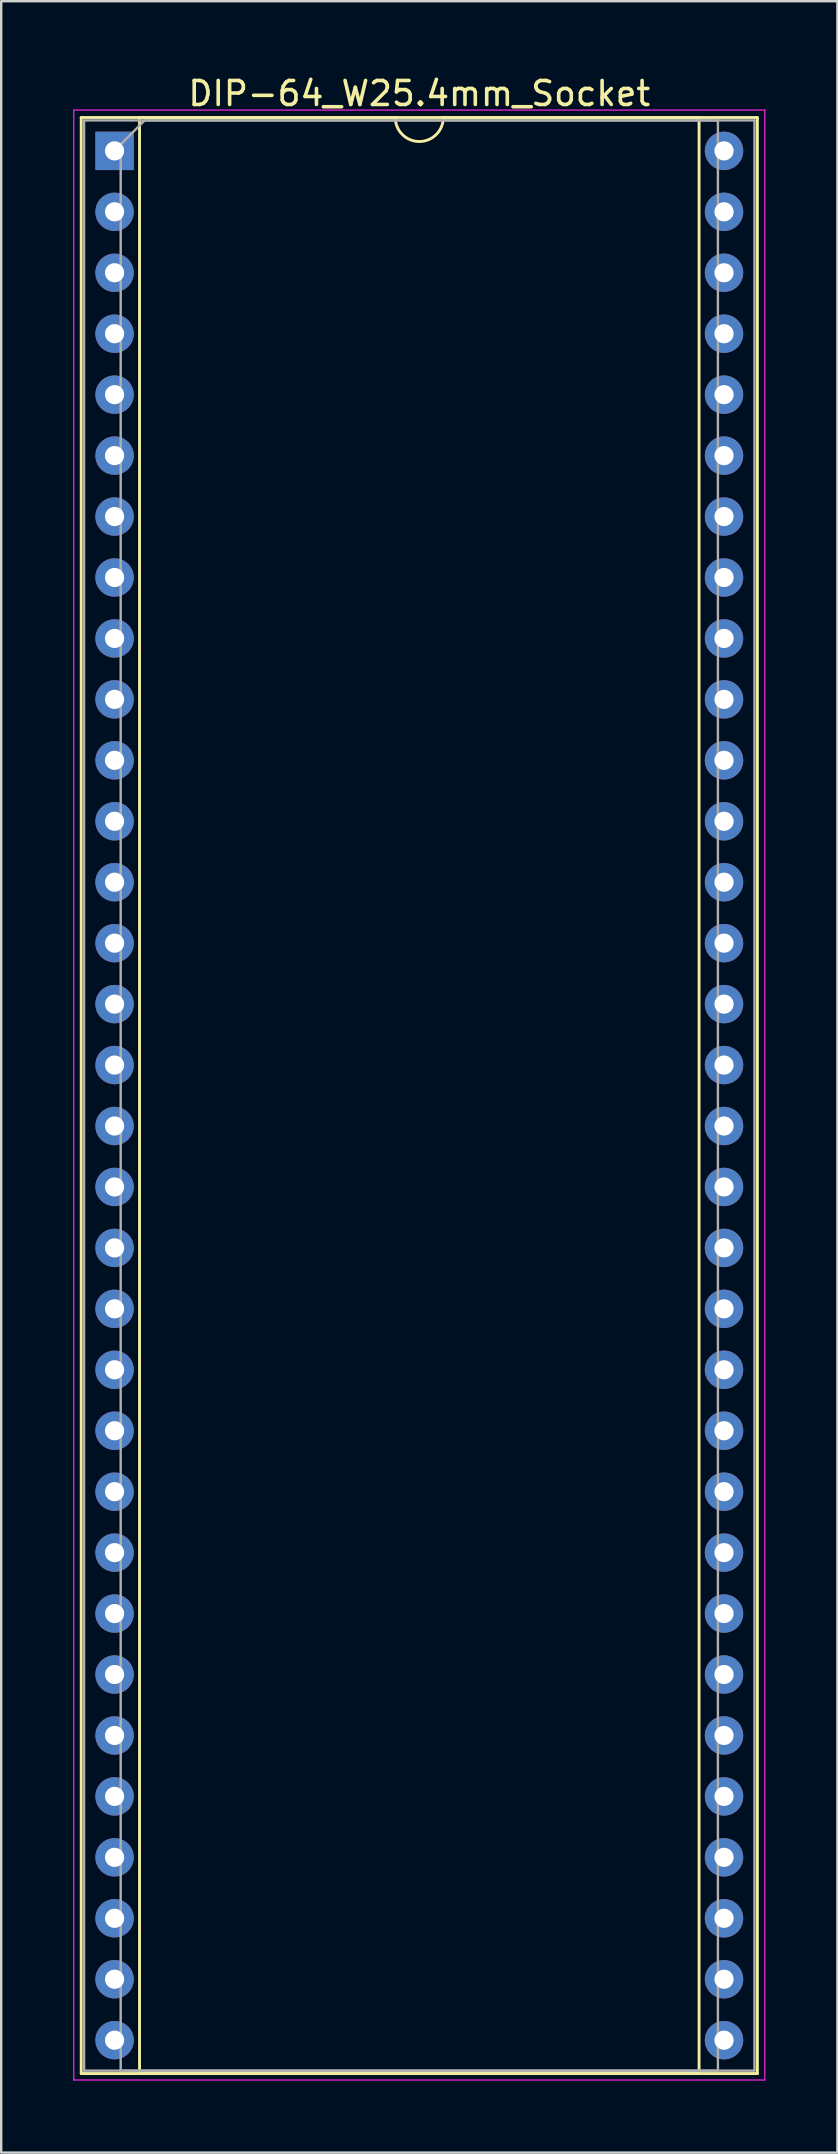
<source format=kicad_pcb>
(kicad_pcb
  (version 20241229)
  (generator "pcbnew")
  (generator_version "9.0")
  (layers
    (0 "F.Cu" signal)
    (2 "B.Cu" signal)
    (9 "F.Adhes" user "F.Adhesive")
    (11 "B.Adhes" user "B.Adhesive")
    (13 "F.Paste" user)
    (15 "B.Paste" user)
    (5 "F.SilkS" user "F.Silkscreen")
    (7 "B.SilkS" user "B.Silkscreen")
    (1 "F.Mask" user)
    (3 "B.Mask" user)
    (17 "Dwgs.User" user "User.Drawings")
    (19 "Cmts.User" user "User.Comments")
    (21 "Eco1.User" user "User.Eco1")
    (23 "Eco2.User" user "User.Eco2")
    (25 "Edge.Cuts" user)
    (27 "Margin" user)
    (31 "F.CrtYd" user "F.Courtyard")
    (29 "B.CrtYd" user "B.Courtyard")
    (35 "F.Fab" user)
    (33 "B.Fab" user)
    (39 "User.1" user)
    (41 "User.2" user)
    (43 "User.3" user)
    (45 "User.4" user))
  (footprint "DIP-64_W25.4mm_Socket"
    (layer "F.Cu")
    (at 1.725 3.238)
    (property "Reference" "DIP-64_W25.4mm_Socket" (at 12.7 -2.39 0) (layer "F.SilkS") (effects (font (size 1 1) (thickness 0.15))))
    (attr through_hole)
    (fp_line (start -1.39 -1.39) (end -1.39 80.13) (stroke (width 0.12) (type solid)) (layer "F.SilkS"))
    (fp_line (start -1.39 80.13) (end 26.79 80.13) (stroke (width 0.12) (type solid)) (layer "F.SilkS"))
    (fp_line (start 1.04 -1.39) (end 1.04 80.13) (stroke (width 0.12) (type solid)) (layer "F.SilkS"))
    (fp_line (start 1.04 80.13) (end 24.36 80.13) (stroke (width 0.12) (type solid)) (layer "F.SilkS"))
    (fp_line (start 11.7 -1.39) (end 1.04 -1.39) (stroke (width 0.12) (type solid)) (layer "F.SilkS"))
    (fp_line (start 24.36 -1.39) (end 13.7 -1.39) (stroke (width 0.12) (type solid)) (layer "F.SilkS"))
    (fp_line (start 24.36 80.13) (end 24.36 -1.39) (stroke (width 0.12) (type solid)) (layer "F.SilkS"))
    (fp_line (start 26.79 -1.39) (end -1.39 -1.39) (stroke (width 0.12) (type solid)) (layer "F.SilkS"))
    (fp_line (start 26.79 80.13) (end 26.79 -1.39) (stroke (width 0.12) (type solid)) (layer "F.SilkS"))
    (fp_arc (start 13.7 -1.39) (mid 12.7 -0.39) (end 11.7 -1.39) (stroke (width 0.12) (type solid)) (layer "F.SilkS"))
    (fp_line (start -1.7 -1.7) (end -1.7 80.4) (stroke (width 0.05) (type solid)) (layer "F.CrtYd"))
    (fp_line (start -1.7 80.4) (end 27.1 80.4) (stroke (width 0.05) (type solid)) (layer "F.CrtYd"))
    (fp_line (start 27.1 -1.7) (end -1.7 -1.7) (stroke (width 0.05) (type solid)) (layer "F.CrtYd"))
    (fp_line (start 27.1 80.4) (end 27.1 -1.7) (stroke (width 0.05) (type solid)) (layer "F.CrtYd"))
    (fp_line (start -1.27 -1.27) (end -1.27 80.01) (stroke (width 0.1) (type solid)) (layer "F.Fab"))
    (fp_line (start -1.27 80.01) (end 26.67 80.01) (stroke (width 0.1) (type solid)) (layer "F.Fab"))
    (fp_line (start 0.255 -0.27) (end 1.255 -1.27) (stroke (width 0.1) (type solid)) (layer "F.Fab"))
    (fp_line (start 0.255 80.01) (end 0.255 -0.27) (stroke (width 0.1) (type solid)) (layer "F.Fab"))
    (fp_line (start 1.255 -1.27) (end 25.145 -1.27) (stroke (width 0.1) (type solid)) (layer "F.Fab"))
    (fp_line (start 25.145 -1.27) (end 25.145 80.01) (stroke (width 0.1) (type solid)) (layer "F.Fab"))
    (fp_line (start 25.145 80.01) (end 0.255 80.01) (stroke (width 0.1) (type solid)) (layer "F.Fab"))
    (fp_line (start 26.67 -1.27) (end -1.27 -1.27) (stroke (width 0.1) (type solid)) (layer "F.Fab"))
    (fp_line (start 26.67 80.01) (end 26.67 -1.27) (stroke (width 0.1) (type solid)) (layer "F.Fab"))
    (pad "1" thru_hole rect (at 0 0) (size 1.6 1.6) (drill 0.8) (layers "*.Cu" "*.Mask"))
    (pad "2" thru_hole oval (at 0 2.54) (size 1.6 1.6) (drill 0.8) (layers "*.Cu" "*.Mask"))
    (pad "3" thru_hole oval (at 0 5.08) (size 1.6 1.6) (drill 0.8) (layers "*.Cu" "*.Mask"))
    (pad "4" thru_hole oval (at 0 7.62) (size 1.6 1.6) (drill 0.8) (layers "*.Cu" "*.Mask"))
    (pad "5" thru_hole oval (at 0 10.16) (size 1.6 1.6) (drill 0.8) (layers "*.Cu" "*.Mask"))
    (pad "6" thru_hole oval (at 0 12.7) (size 1.6 1.6) (drill 0.8) (layers "*.Cu" "*.Mask"))
    (pad "7" thru_hole oval (at 0 15.24) (size 1.6 1.6) (drill 0.8) (layers "*.Cu" "*.Mask"))
    (pad "8" thru_hole oval (at 0 17.78) (size 1.6 1.6) (drill 0.8) (layers "*.Cu" "*.Mask"))
    (pad "9" thru_hole oval (at 0 20.32) (size 1.6 1.6) (drill 0.8) (layers "*.Cu" "*.Mask"))
    (pad "10" thru_hole oval (at 0 22.86) (size 1.6 1.6) (drill 0.8) (layers "*.Cu" "*.Mask"))
    (pad "11" thru_hole oval (at 0 25.4) (size 1.6 1.6) (drill 0.8) (layers "*.Cu" "*.Mask"))
    (pad "12" thru_hole oval (at 0 27.94) (size 1.6 1.6) (drill 0.8) (layers "*.Cu" "*.Mask"))
    (pad "13" thru_hole oval (at 0 30.48) (size 1.6 1.6) (drill 0.8) (layers "*.Cu" "*.Mask"))
    (pad "14" thru_hole oval (at 0 33.02) (size 1.6 1.6) (drill 0.8) (layers "*.Cu" "*.Mask"))
    (pad "15" thru_hole oval (at 0 35.56) (size 1.6 1.6) (drill 0.8) (layers "*.Cu" "*.Mask"))
    (pad "16" thru_hole oval (at 0 38.1) (size 1.6 1.6) (drill 0.8) (layers "*.Cu" "*.Mask"))
    (pad "17" thru_hole oval (at 0 40.64) (size 1.6 1.6) (drill 0.8) (layers "*.Cu" "*.Mask"))
    (pad "18" thru_hole oval (at 0 43.18) (size 1.6 1.6) (drill 0.8) (layers "*.Cu" "*.Mask"))
    (pad "19" thru_hole oval (at 0 45.72) (size 1.6 1.6) (drill 0.8) (layers "*.Cu" "*.Mask"))
    (pad "20" thru_hole oval (at 0 48.26) (size 1.6 1.6) (drill 0.8) (layers "*.Cu" "*.Mask"))
    (pad "21" thru_hole oval (at 0 50.8) (size 1.6 1.6) (drill 0.8) (layers "*.Cu" "*.Mask"))
    (pad "22" thru_hole oval (at 0 53.34) (size 1.6 1.6) (drill 0.8) (layers "*.Cu" "*.Mask"))
    (pad "23" thru_hole oval (at 0 55.88) (size 1.6 1.6) (drill 0.8) (layers "*.Cu" "*.Mask"))
    (pad "24" thru_hole oval (at 0 58.42) (size 1.6 1.6) (drill 0.8) (layers "*.Cu" "*.Mask"))
    (pad "25" thru_hole oval (at 0 60.96) (size 1.6 1.6) (drill 0.8) (layers "*.Cu" "*.Mask"))
    (pad "26" thru_hole oval (at 0 63.5) (size 1.6 1.6) (drill 0.8) (layers "*.Cu" "*.Mask"))
    (pad "27" thru_hole oval (at 0 66.04) (size 1.6 1.6) (drill 0.8) (layers "*.Cu" "*.Mask"))
    (pad "28" thru_hole oval (at 0 68.58) (size 1.6 1.6) (drill 0.8) (layers "*.Cu" "*.Mask"))
    (pad "29" thru_hole oval (at 0 71.12) (size 1.6 1.6) (drill 0.8) (layers "*.Cu" "*.Mask"))
    (pad "30" thru_hole oval (at 0 73.66) (size 1.6 1.6) (drill 0.8) (layers "*.Cu" "*.Mask"))
    (pad "31" thru_hole oval (at 0 76.2) (size 1.6 1.6) (drill 0.8) (layers "*.Cu" "*.Mask"))
    (pad "32" thru_hole oval (at 0 78.74) (size 1.6 1.6) (drill 0.8) (layers "*.Cu" "*.Mask"))
    (pad "33" thru_hole oval (at 25.4 78.74) (size 1.6 1.6) (drill 0.8) (layers "*.Cu" "*.Mask"))
    (pad "34" thru_hole oval (at 25.4 76.2) (size 1.6 1.6) (drill 0.8) (layers "*.Cu" "*.Mask"))
    (pad "35" thru_hole oval (at 25.4 73.66) (size 1.6 1.6) (drill 0.8) (layers "*.Cu" "*.Mask"))
    (pad "36" thru_hole oval (at 25.4 71.12) (size 1.6 1.6) (drill 0.8) (layers "*.Cu" "*.Mask"))
    (pad "37" thru_hole oval (at 25.4 68.58) (size 1.6 1.6) (drill 0.8) (layers "*.Cu" "*.Mask"))
    (pad "38" thru_hole oval (at 25.4 66.04) (size 1.6 1.6) (drill 0.8) (layers "*.Cu" "*.Mask"))
    (pad "39" thru_hole oval (at 25.4 63.5) (size 1.6 1.6) (drill 0.8) (layers "*.Cu" "*.Mask"))
    (pad "40" thru_hole oval (at 25.4 60.96) (size 1.6 1.6) (drill 0.8) (layers "*.Cu" "*.Mask"))
    (pad "41" thru_hole oval (at 25.4 58.42) (size 1.6 1.6) (drill 0.8) (layers "*.Cu" "*.Mask"))
    (pad "42" thru_hole oval (at 25.4 55.88) (size 1.6 1.6) (drill 0.8) (layers "*.Cu" "*.Mask"))
    (pad "43" thru_hole oval (at 25.4 53.34) (size 1.6 1.6) (drill 0.8) (layers "*.Cu" "*.Mask"))
    (pad "44" thru_hole oval (at 25.4 50.8) (size 1.6 1.6) (drill 0.8) (layers "*.Cu" "*.Mask"))
    (pad "45" thru_hole oval (at 25.4 48.26) (size 1.6 1.6) (drill 0.8) (layers "*.Cu" "*.Mask"))
    (pad "46" thru_hole oval (at 25.4 45.72) (size 1.6 1.6) (drill 0.8) (layers "*.Cu" "*.Mask"))
    (pad "47" thru_hole oval (at 25.4 43.18) (size 1.6 1.6) (drill 0.8) (layers "*.Cu" "*.Mask"))
    (pad "48" thru_hole oval (at 25.4 40.64) (size 1.6 1.6) (drill 0.8) (layers "*.Cu" "*.Mask"))
    (pad "49" thru_hole oval (at 25.4 38.1) (size 1.6 1.6) (drill 0.8) (layers "*.Cu" "*.Mask"))
    (pad "50" thru_hole oval (at 25.4 35.56) (size 1.6 1.6) (drill 0.8) (layers "*.Cu" "*.Mask"))
    (pad "51" thru_hole oval (at 25.4 33.02) (size 1.6 1.6) (drill 0.8) (layers "*.Cu" "*.Mask"))
    (pad "52" thru_hole oval (at 25.4 30.48) (size 1.6 1.6) (drill 0.8) (layers "*.Cu" "*.Mask"))
    (pad "53" thru_hole oval (at 25.4 27.94) (size 1.6 1.6) (drill 0.8) (layers "*.Cu" "*.Mask"))
    (pad "54" thru_hole oval (at 25.4 25.4) (size 1.6 1.6) (drill 0.8) (layers "*.Cu" "*.Mask"))
    (pad "55" thru_hole oval (at 25.4 22.86) (size 1.6 1.6) (drill 0.8) (layers "*.Cu" "*.Mask"))
    (pad "56" thru_hole oval (at 25.4 20.32) (size 1.6 1.6) (drill 0.8) (layers "*.Cu" "*.Mask"))
    (pad "57" thru_hole oval (at 25.4 17.78) (size 1.6 1.6) (drill 0.8) (layers "*.Cu" "*.Mask"))
    (pad "58" thru_hole oval (at 25.4 15.24) (size 1.6 1.6) (drill 0.8) (layers "*.Cu" "*.Mask"))
    (pad "59" thru_hole oval (at 25.4 12.7) (size 1.6 1.6) (drill 0.8) (layers "*.Cu" "*.Mask"))
    (pad "60" thru_hole oval (at 25.4 10.16) (size 1.6 1.6) (drill 0.8) (layers "*.Cu" "*.Mask"))
    (pad "61" thru_hole oval (at 25.4 7.62) (size 1.6 1.6) (drill 0.8) (layers "*.Cu" "*.Mask"))
    (pad "62" thru_hole oval (at 25.4 5.08) (size 1.6 1.6) (drill 0.8) (layers "*.Cu" "*.Mask"))
    (pad "63" thru_hole oval (at 25.4 2.54) (size 1.6 1.6) (drill 0.8) (layers "*.Cu" "*.Mask"))
    (pad "64" thru_hole oval (at 25.4 0) (size 1.6 1.6) (drill 0.8) (layers "*.Cu" "*.Mask")))
  (gr_rect
    (start -3 -3)
    (end 31.85 86.663)
    (stroke (width 0.1) (type default))
    (fill no)
    (layer "Edge.Cuts")))
</source>
